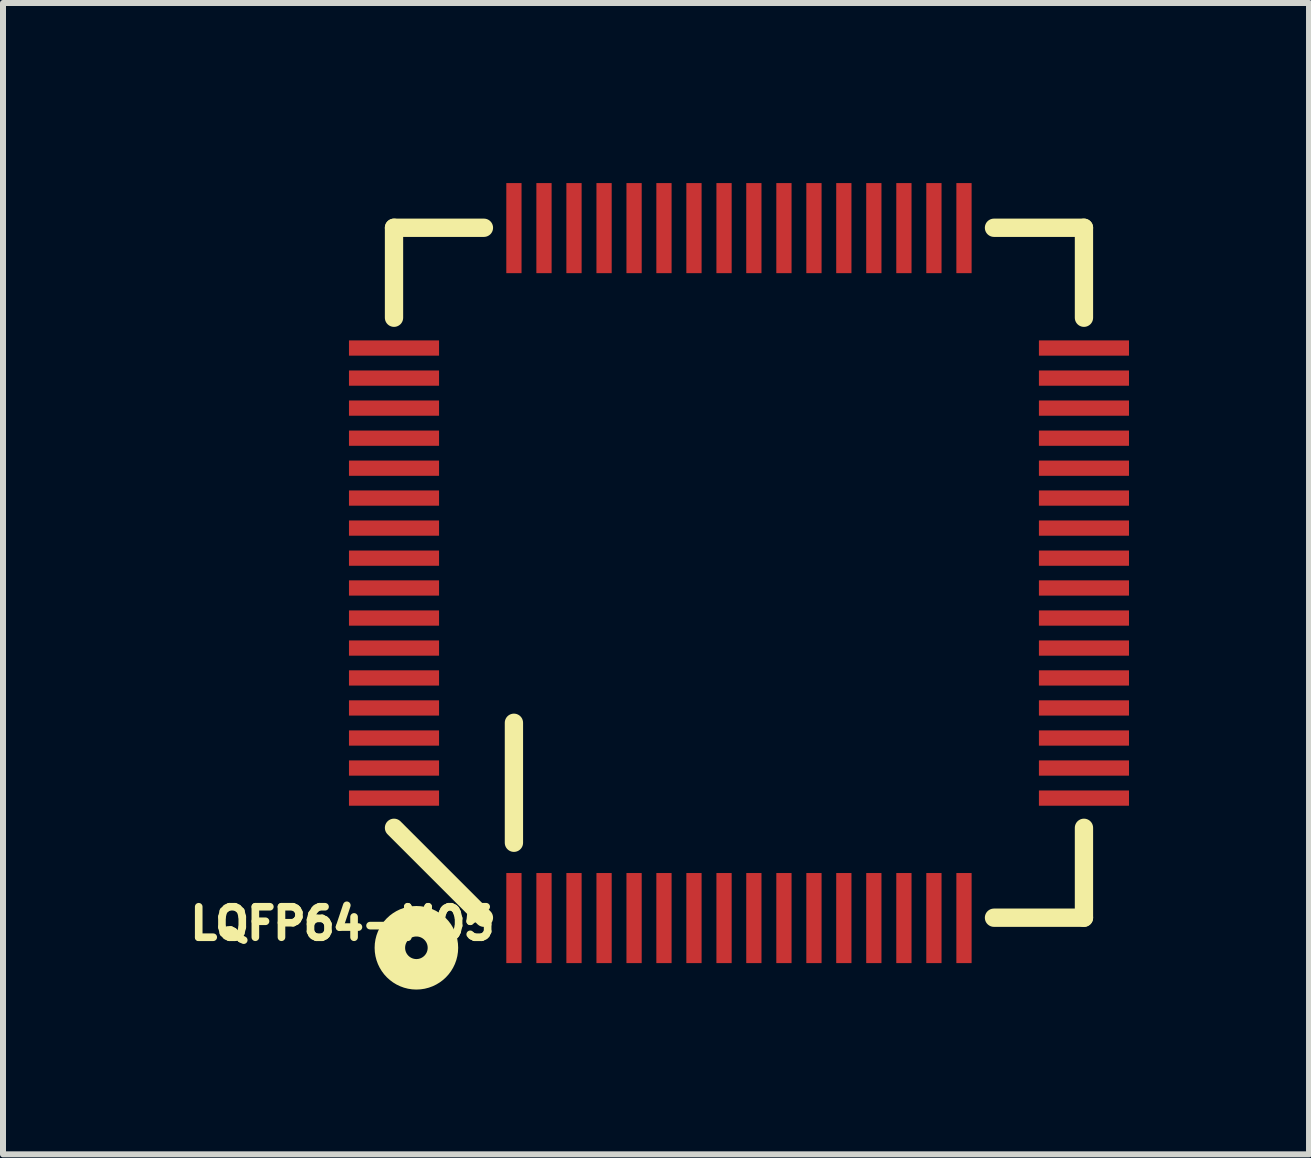
<source format=kicad_pcb>
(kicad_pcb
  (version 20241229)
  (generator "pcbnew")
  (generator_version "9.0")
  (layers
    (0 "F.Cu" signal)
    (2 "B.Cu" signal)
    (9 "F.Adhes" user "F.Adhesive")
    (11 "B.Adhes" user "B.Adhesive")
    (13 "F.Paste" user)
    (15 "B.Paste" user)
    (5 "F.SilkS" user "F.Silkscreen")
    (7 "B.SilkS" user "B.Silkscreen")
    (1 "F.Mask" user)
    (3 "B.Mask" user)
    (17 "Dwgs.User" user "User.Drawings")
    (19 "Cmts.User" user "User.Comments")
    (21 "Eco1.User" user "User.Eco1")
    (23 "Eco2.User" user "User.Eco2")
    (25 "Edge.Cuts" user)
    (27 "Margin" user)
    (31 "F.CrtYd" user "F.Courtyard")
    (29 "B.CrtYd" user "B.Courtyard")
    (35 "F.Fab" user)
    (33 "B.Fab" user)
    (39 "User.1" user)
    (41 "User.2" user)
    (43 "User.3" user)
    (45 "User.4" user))
  (footprint "LQFP64-M05"
    (layer "F.Cu")
    (at 9.26 6.496)
    (property "Reference" "LQFP64-M05" (at -6.604 5.842 0) (layer "F.SilkS") (effects (font (size 0.508 0.508) (thickness 0.15))))
    (attr smd)
    (fp_line (start -5.745 -5.751) (end -4.247 -5.751) (stroke (width 0.305) (type solid)) (layer "F.SilkS"))
    (fp_line (start -5.745 -4.252) (end -5.745 -5.751) (stroke (width 0.305) (type solid)) (layer "F.SilkS"))
    (fp_line (start -5.745 4.247) (end -4.247 5.745) (stroke (width 0.305) (type solid)) (layer "F.SilkS"))
    (fp_line (start -3.747 4.496) (end -3.747 2.497) (stroke (width 0.305) (type solid)) (layer "F.SilkS"))
    (fp_line (start 5.751 -5.751) (end 4.252 -5.751) (stroke (width 0.305) (type solid)) (layer "F.SilkS"))
    (fp_line (start 5.751 -4.252) (end 5.751 -5.751) (stroke (width 0.305) (type solid)) (layer "F.SilkS"))
    (fp_line (start 5.751 4.247) (end 5.751 5.745) (stroke (width 0.305) (type solid)) (layer "F.SilkS"))
    (fp_line (start 5.751 5.745) (end 4.252 5.745) (stroke (width 0.305) (type solid)) (layer "F.SilkS"))
    (fp_circle (center -5.372 6.246) (end -5.184 6.246) (stroke (width 0.508) (type solid)) (fill no) (layer "F.SilkS"))
    (pad "1" smd rect (at -3.747 5.751) (size 0.254 1.501) (layers "F.Cu" "F.Mask" "F.Paste"))
    (pad "2" smd rect (at -3.246 5.751) (size 0.254 1.501) (layers "F.Cu" "F.Mask" "F.Paste"))
    (pad "3" smd rect (at -2.746 5.751) (size 0.254 1.501) (layers "F.Cu" "F.Mask" "F.Paste"))
    (pad "4" smd rect (at -2.245 5.751) (size 0.254 1.501) (layers "F.Cu" "F.Mask" "F.Paste"))
    (pad "5" smd rect (at -1.745 5.751) (size 0.254 1.501) (layers "F.Cu" "F.Mask" "F.Paste"))
    (pad "6" smd rect (at -1.247 5.751) (size 0.254 1.501) (layers "F.Cu" "F.Mask" "F.Paste"))
    (pad "7" smd rect (at -0.747 5.751) (size 0.254 1.501) (layers "F.Cu" "F.Mask" "F.Paste"))
    (pad "8" smd rect (at -0.246 5.751) (size 0.254 1.501) (layers "F.Cu" "F.Mask" "F.Paste"))
    (pad "9" smd rect (at 0.251 5.751) (size 0.254 1.501) (layers "F.Cu" "F.Mask" "F.Paste"))
    (pad "10" smd rect (at 0.752 5.751) (size 0.254 1.501) (layers "F.Cu" "F.Mask" "F.Paste"))
    (pad "11" smd rect (at 1.252 5.751) (size 0.254 1.501) (layers "F.Cu" "F.Mask" "F.Paste"))
    (pad "12" smd rect (at 1.75 5.751) (size 0.254 1.501) (layers "F.Cu" "F.Mask" "F.Paste"))
    (pad "13" smd rect (at 2.25 5.751) (size 0.254 1.501) (layers "F.Cu" "F.Mask" "F.Paste"))
    (pad "14" smd rect (at 2.751 5.751) (size 0.254 1.501) (layers "F.Cu" "F.Mask" "F.Paste"))
    (pad "15" smd rect (at 3.251 5.751) (size 0.254 1.501) (layers "F.Cu" "F.Mask" "F.Paste"))
    (pad "16" smd rect (at 3.752 5.751) (size 0.254 1.501) (layers "F.Cu" "F.Mask" "F.Paste"))
    (pad "17" smd rect (at 5.751 3.752 90) (size 0.254 1.501) (layers "F.Cu" "F.Mask" "F.Paste"))
    (pad "18" smd rect (at 5.751 3.251 90) (size 0.254 1.501) (layers "F.Cu" "F.Mask" "F.Paste"))
    (pad "19" smd rect (at 5.751 2.751 90) (size 0.254 1.501) (layers "F.Cu" "F.Mask" "F.Paste"))
    (pad "20" smd rect (at 5.751 2.25 90) (size 0.254 1.501) (layers "F.Cu" "F.Mask" "F.Paste"))
    (pad "21" smd rect (at 5.751 1.75 90) (size 0.254 1.501) (layers "F.Cu" "F.Mask" "F.Paste"))
    (pad "22" smd rect (at 5.751 1.252 90) (size 0.254 1.501) (layers "F.Cu" "F.Mask" "F.Paste"))
    (pad "23" smd rect (at 5.751 0.752 90) (size 0.254 1.501) (layers "F.Cu" "F.Mask" "F.Paste"))
    (pad "24" smd rect (at 5.751 0.251 90) (size 0.254 1.501) (layers "F.Cu" "F.Mask" "F.Paste"))
    (pad "25" smd rect (at 5.751 -0.246 90) (size 0.254 1.501) (layers "F.Cu" "F.Mask" "F.Paste"))
    (pad "26" smd rect (at 5.751 -0.747 90) (size 0.254 1.501) (layers "F.Cu" "F.Mask" "F.Paste"))
    (pad "27" smd rect (at 5.751 -1.247 90) (size 0.254 1.501) (layers "F.Cu" "F.Mask" "F.Paste"))
    (pad "28" smd rect (at 5.751 -1.745 90) (size 0.254 1.501) (layers "F.Cu" "F.Mask" "F.Paste"))
    (pad "29" smd rect (at 5.751 -2.245 90) (size 0.254 1.501) (layers "F.Cu" "F.Mask" "F.Paste"))
    (pad "30" smd rect (at 5.751 -2.746 90) (size 0.254 1.501) (layers "F.Cu" "F.Mask" "F.Paste"))
    (pad "31" smd rect (at 5.751 -3.246 90) (size 0.254 1.501) (layers "F.Cu" "F.Mask" "F.Paste"))
    (pad "32" smd rect (at 5.751 -3.747 90) (size 0.254 1.501) (layers "F.Cu" "F.Mask" "F.Paste"))
    (pad "33" smd rect (at 3.752 -5.745) (size 0.254 1.501) (layers "F.Cu" "F.Mask" "F.Paste"))
    (pad "34" smd rect (at 3.251 -5.745) (size 0.254 1.501) (layers "F.Cu" "F.Mask" "F.Paste"))
    (pad "35" smd rect (at 2.751 -5.745) (size 0.254 1.501) (layers "F.Cu" "F.Mask" "F.Paste"))
    (pad "36" smd rect (at 2.25 -5.745) (size 0.254 1.501) (layers "F.Cu" "F.Mask" "F.Paste"))
    (pad "37" smd rect (at 1.75 -5.745) (size 0.254 1.501) (layers "F.Cu" "F.Mask" "F.Paste"))
    (pad "38" smd rect (at 1.252 -5.745) (size 0.254 1.501) (layers "F.Cu" "F.Mask" "F.Paste"))
    (pad "39" smd rect (at 0.752 -5.745) (size 0.254 1.501) (layers "F.Cu" "F.Mask" "F.Paste"))
    (pad "40" smd rect (at 0.251 -5.745) (size 0.254 1.501) (layers "F.Cu" "F.Mask" "F.Paste"))
    (pad "41" smd rect (at -0.246 -5.745) (size 0.254 1.501) (layers "F.Cu" "F.Mask" "F.Paste"))
    (pad "42" smd rect (at -0.747 -5.745) (size 0.254 1.501) (layers "F.Cu" "F.Mask" "F.Paste"))
    (pad "43" smd rect (at -1.247 -5.745) (size 0.254 1.501) (layers "F.Cu" "F.Mask" "F.Paste"))
    (pad "44" smd rect (at -1.745 -5.745) (size 0.254 1.501) (layers "F.Cu" "F.Mask" "F.Paste"))
    (pad "45" smd rect (at -2.245 -5.745) (size 0.254 1.501) (layers "F.Cu" "F.Mask" "F.Paste"))
    (pad "46" smd rect (at -2.746 -5.745) (size 0.254 1.501) (layers "F.Cu" "F.Mask" "F.Paste"))
    (pad "47" smd rect (at -3.246 -5.745) (size 0.254 1.501) (layers "F.Cu" "F.Mask" "F.Paste"))
    (pad "48" smd rect (at -3.747 -5.745) (size 0.254 1.501) (layers "F.Cu" "F.Mask" "F.Paste"))
    (pad "49" smd rect (at -5.745 -3.747 90) (size 0.254 1.501) (layers "F.Cu" "F.Mask" "F.Paste"))
    (pad "50" smd rect (at -5.745 -3.246 90) (size 0.254 1.501) (layers "F.Cu" "F.Mask" "F.Paste"))
    (pad "51" smd rect (at -5.745 -2.746 90) (size 0.254 1.501) (layers "F.Cu" "F.Mask" "F.Paste"))
    (pad "52" smd rect (at -5.745 -2.245 90) (size 0.254 1.501) (layers "F.Cu" "F.Mask" "F.Paste"))
    (pad "53" smd rect (at -5.745 -1.745 90) (size 0.254 1.501) (layers "F.Cu" "F.Mask" "F.Paste"))
    (pad "54" smd rect (at -5.745 -1.247 90) (size 0.254 1.501) (layers "F.Cu" "F.Mask" "F.Paste"))
    (pad "55" smd rect (at -5.745 -0.747 90) (size 0.254 1.501) (layers "F.Cu" "F.Mask" "F.Paste"))
    (pad "56" smd rect (at -5.745 -0.246 90) (size 0.254 1.501) (layers "F.Cu" "F.Mask" "F.Paste"))
    (pad "57" smd rect (at -5.745 0.251 90) (size 0.254 1.501) (layers "F.Cu" "F.Mask" "F.Paste"))
    (pad "58" smd rect (at -5.745 0.752 90) (size 0.254 1.501) (layers "F.Cu" "F.Mask" "F.Paste"))
    (pad "59" smd rect (at -5.745 1.252 90) (size 0.254 1.501) (layers "F.Cu" "F.Mask" "F.Paste"))
    (pad "60" smd rect (at -5.745 1.75 90) (size 0.254 1.501) (layers "F.Cu" "F.Mask" "F.Paste"))
    (pad "61" smd rect (at -5.745 2.25 90) (size 0.254 1.501) (layers "F.Cu" "F.Mask" "F.Paste"))
    (pad "62" smd rect (at -5.745 2.751 90) (size 0.254 1.501) (layers "F.Cu" "F.Mask" "F.Paste"))
    (pad "63" smd rect (at -5.745 3.251 90) (size 0.254 1.501) (layers "F.Cu" "F.Mask" "F.Paste"))
    (pad "64" smd rect (at -5.745 3.752 90) (size 0.254 1.501) (layers "F.Cu" "F.Mask" "F.Paste")))
  (gr_rect
    (start -3 -3)
    (end 18.761 16.184)
    (stroke (width 0.1) (type default))
    (fill no)
    (layer "Edge.Cuts")))
</source>
